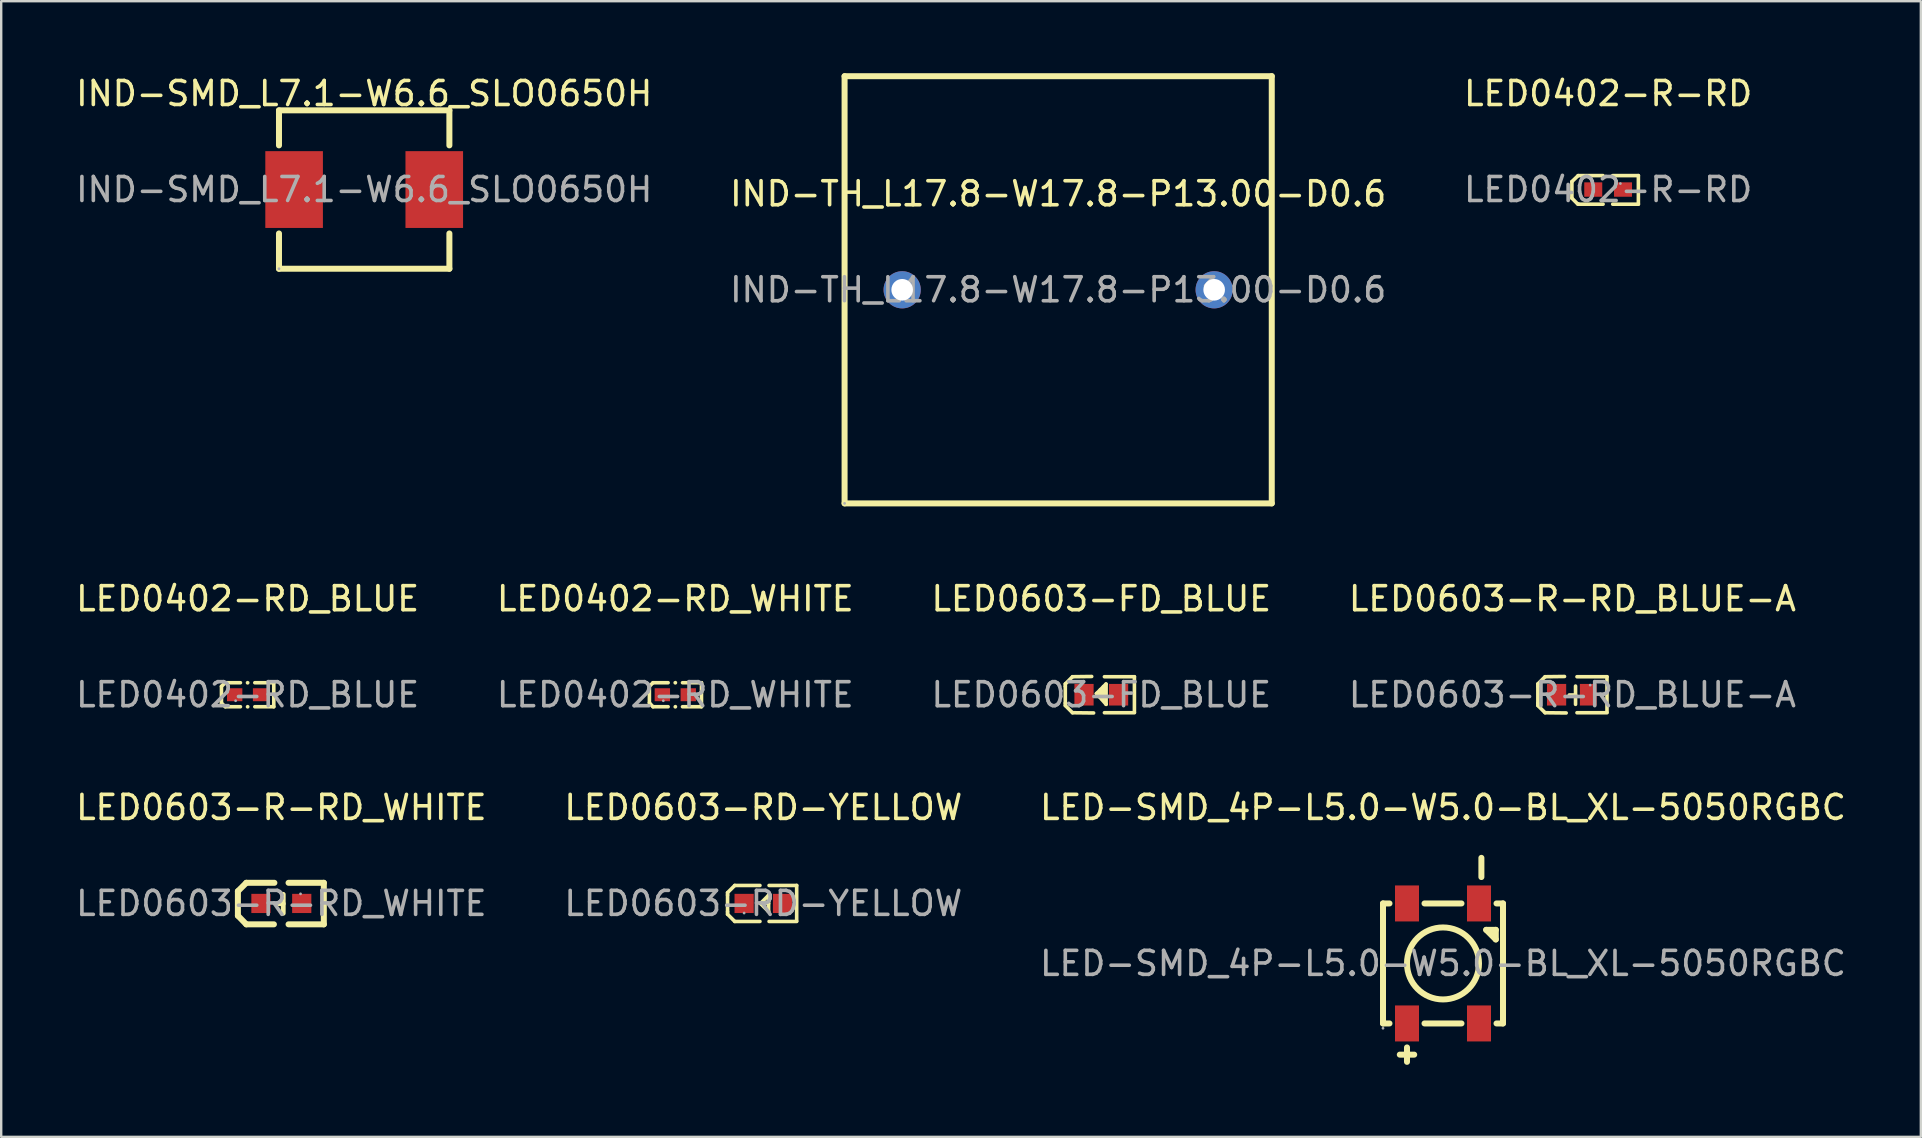
<source format=kicad_pcb>
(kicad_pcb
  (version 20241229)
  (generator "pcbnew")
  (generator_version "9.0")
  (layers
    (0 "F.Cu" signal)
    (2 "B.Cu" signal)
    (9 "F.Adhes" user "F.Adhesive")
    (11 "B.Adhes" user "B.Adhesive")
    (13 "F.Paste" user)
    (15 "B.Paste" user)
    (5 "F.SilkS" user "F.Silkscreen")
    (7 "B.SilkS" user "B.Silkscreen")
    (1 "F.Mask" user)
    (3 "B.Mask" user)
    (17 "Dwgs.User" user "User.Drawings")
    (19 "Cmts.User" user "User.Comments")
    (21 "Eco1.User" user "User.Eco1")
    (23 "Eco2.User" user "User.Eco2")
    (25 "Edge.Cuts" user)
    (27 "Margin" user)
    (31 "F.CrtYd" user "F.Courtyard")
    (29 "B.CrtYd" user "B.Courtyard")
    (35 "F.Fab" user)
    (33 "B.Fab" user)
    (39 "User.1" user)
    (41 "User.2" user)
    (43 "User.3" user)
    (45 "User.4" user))
  (footprint "LED0402-R-RD"
    (layer "F.Cu")
    (at 63.958 4.848)
    (property "Reference" "LED0402-R-RD" (at 0 -4 0) (layer "F.SilkS") (effects (font (size 1 1) (thickness 0.15))))
    (attr smd)
    (fp_line (start -1.51 -0.33) (end -1.25 -0.58) (stroke (width 0.15) (type solid)) (layer "F.SilkS"))
    (fp_line (start -1.51 0.36) (end -1.51 -0.33) (stroke (width 0.15) (type solid)) (layer "F.SilkS"))
    (fp_line (start -1.27 0.6) (end -1.51 0.36) (stroke (width 0.15) (type solid)) (layer "F.SilkS"))
    (fp_line (start -1.25 -0.58) (end -0.21 -0.58) (stroke (width 0.15) (type solid)) (layer "F.SilkS"))
    (fp_line (start -1.23 0.61) (end -1.27 0.6) (stroke (width 0.15) (type solid)) (layer "F.SilkS"))
    (fp_line (start -1.23 0.61) (end -0.21 0.61) (stroke (width 0.15) (type solid)) (layer "F.SilkS"))
    (fp_line (start 0.19 0.61) (end 1.26 0.61) (stroke (width 0.15) (type solid)) (layer "F.SilkS"))
    (fp_line (start 1.26 -0.58) (end 0.19 -0.58) (stroke (width 0.15) (type solid)) (layer "F.SilkS"))
    (fp_line (start 1.26 0.61) (end 1.26 -0.58) (stroke (width 0.15) (type solid)) (layer "F.SilkS"))
    (fp_circle (center 0.51 -0.25) (end 0.54 -0.25) (stroke (width 0.06) (type solid)) (fill no) (layer "F.Fab"))
    (fp_text user "${REFERENCE}" (at 0 0 0) (layer "F.Fab") (effects (font (size 1 1) (thickness 0.15))))
    (pad "1" smd rect (at 0.62 0) (size 0.75 0.6) (layers "F.Cu" "F.Mask" "F.Paste"))
    (pad "2" smd rect (at -0.62 0) (size 0.75 0.6) (layers "F.Cu" "F.Mask" "F.Paste")))
  (footprint "LED0402-RD_BLUE"
    (layer "F.Cu")
    (at 7.268 25.898)
    (property "Reference" "LED0402-RD_BLUE" (at 0 -4 0) (layer "F.SilkS") (effects (font (size 1 1) (thickness 0.15))))
    (attr smd)
    (fp_line (start -1.09 -0.35) (end -0.93 -0.5) (stroke (width 0.15) (type solid)) (layer "F.SilkS"))
    (fp_line (start -1.09 0.35) (end -1.09 -0.35) (stroke (width 0.15) (type solid)) (layer "F.SilkS"))
    (fp_line (start -0.93 -0.5) (end -0.3 -0.5) (stroke (width 0.15) (type solid)) (layer "F.SilkS"))
    (fp_line (start -0.93 0.5) (end -1.09 0.35) (stroke (width 0.15) (type solid)) (layer "F.SilkS"))
    (fp_line (start -0.3 0.5) (end -0.93 0.5) (stroke (width 0.15) (type solid)) (layer "F.SilkS"))
    (fp_line (start 0.3 0.5) (end 1.09 0.5) (stroke (width 0.15) (type solid)) (layer "F.SilkS"))
    (fp_line (start 1.09 -0.5) (end 0.3 -0.5) (stroke (width 0.15) (type solid)) (layer "F.SilkS"))
    (fp_line (start 1.09 0.5) (end 1.09 -0.5) (stroke (width 0.15) (type solid)) (layer "F.SilkS"))
    (fp_circle (center 0 -0.5) (end 0.04 -0.5) (stroke (width 0.08) (type solid)) (fill no) (layer "F.SilkS"))
    (fp_circle (center 0 0.5) (end 0.04 0.5) (stroke (width 0.08) (type solid)) (fill no) (layer "F.SilkS"))
    (fp_circle (center -0.5 0.25) (end -0.47 0.25) (stroke (width 0.06) (type solid)) (fill no) (layer "F.Fab"))
    (fp_text user "${REFERENCE}" (at 0 0 0) (layer "F.Fab") (effects (font (size 1 1) (thickness 0.15))))
    (pad "1" smd rect (at -0.54 0) (size 0.64 0.54) (layers "F.Cu" "F.Mask" "F.Paste"))
    (pad "2" smd rect (at 0.54 0) (size 0.64 0.54) (layers "F.Cu" "F.Mask" "F.Paste")))
  (footprint "LED0603-R-RD_WHITE"
    (layer "F.Cu")
    (at 8.673 34.595)
    (property "Reference" "LED0603-R-RD_WHITE" (at 0 -4 0) (layer "F.SilkS") (effects (font (size 1 1) (thickness 0.15))))
    (attr smd)
    (fp_line (start -1.81 -0.51) (end -1.46 -0.86) (stroke (width 0.25) (type solid)) (layer "F.SilkS"))
    (fp_line (start -1.81 0.51) (end -1.81 -0.51) (stroke (width 0.25) (type solid)) (layer "F.SilkS"))
    (fp_line (start -1.46 0.87) (end -1.81 0.51) (stroke (width 0.25) (type solid)) (layer "F.SilkS"))
    (fp_line (start -0.31 0.87) (end -1.46 0.87) (stroke (width 0.25) (type solid)) (layer "F.SilkS"))
    (fp_line (start -0.29 -0.86) (end -1.46 -0.86) (stroke (width 0.25) (type solid)) (layer "F.SilkS"))
    (fp_line (start 0.08 0.01) (end -0.1 0.01) (stroke (width 0.2) (type solid)) (layer "F.SilkS"))
    (fp_line (start 0.08 0.41) (end 0.08 -0.38) (stroke (width 0.2) (type solid)) (layer "F.SilkS"))
    (fp_line (start 1.77 -0.86) (end 0.3 -0.86) (stroke (width 0.25) (type solid)) (layer "F.SilkS"))
    (fp_line (start 1.77 0.87) (end 0.3 0.87) (stroke (width 0.25) (type solid)) (layer "F.SilkS"))
    (fp_line (start 1.77 0.87) (end 1.77 -0.86) (stroke (width 0.25) (type solid)) (layer "F.SilkS"))
    (fp_circle (center 0.8 -0.4) (end 0.83 -0.4) (stroke (width 0.06) (type solid)) (fill no) (layer "F.Fab"))
    (fp_text user "${REFERENCE}" (at 0 0 0) (layer "F.Fab") (effects (font (size 1 1) (thickness 0.15))))
    (pad "1" smd rect (at 0.85 0 90) (size 0.8 0.8) (layers "F.Cu" "F.Mask" "F.Paste"))
    (pad "2" smd rect (at -0.85 0 90) (size 0.8 0.8) (layers "F.Cu" "F.Mask" "F.Paste")))
  (footprint "LED-SMD_4P-L5.0-W5.0-BL_XL-5050RGBC"
    (layer "F.Cu")
    (at 57.077 37.095)
    (property "Reference" "LED-SMD_4P-L5.0-W5.0-BL_XL-5050RGBC" (at 0 -6.5 0) (layer "F.SilkS") (effects (font (size 1 1) (thickness 0.15))))
    (attr smd)
    (fp_line (start -2.5 -2.5) (end -2.23 -2.5) (stroke (width 0.25) (type solid)) (layer "F.SilkS"))
    (fp_line (start -2.5 2.5) (end -2.5 -2.5) (stroke (width 0.25) (type solid)) (layer "F.SilkS"))
    (fp_line (start -2.5 2.5) (end -2.23 2.5) (stroke (width 0.25) (type solid)) (layer "F.SilkS"))
    (fp_line (start -1.8 3.8) (end -1.2 3.8) (stroke (width 0.25) (type solid)) (layer "F.SilkS"))
    (fp_line (start -1.5 4.1) (end -1.5 3.5) (stroke (width 0.25) (type solid)) (layer "F.SilkS"))
    (fp_line (start -0.77 -2.5) (end 0.77 -2.5) (stroke (width 0.25) (type solid)) (layer "F.SilkS"))
    (fp_line (start -0.77 2.5) (end 0.77 2.5) (stroke (width 0.25) (type solid)) (layer "F.SilkS"))
    (fp_line (start 1.6 -4.4) (end 1.6 -3.6) (stroke (width 0.25) (type solid)) (layer "F.SilkS"))
    (fp_line (start 1.8 -1.4) (end 2.2 -1.4) (stroke (width 0.25) (type solid)) (layer "F.SilkS"))
    (fp_line (start 2.2 -1.4) (end 2.2 -1) (stroke (width 0.25) (type solid)) (layer "F.SilkS"))
    (fp_line (start 2.2 -1) (end 1.8 -1.4) (stroke (width 0.25) (type solid)) (layer "F.SilkS"))
    (fp_line (start 2.23 -2.5) (end 2.5 -2.5) (stroke (width 0.25) (type solid)) (layer "F.SilkS"))
    (fp_line (start 2.23 2.5) (end 2.5 2.5) (stroke (width 0.25) (type solid)) (layer "F.SilkS"))
    (fp_line (start 2.5 2.5) (end 2.5 -2.5) (stroke (width 0.25) (type solid)) (layer "F.SilkS"))
    (fp_circle (center 0 0) (end 1.5 0) (stroke (width 0.25) (type solid)) (fill no) (layer "F.SilkS"))
    (fp_circle (center -2.5 2.7) (end -2.47 2.7) (stroke (width 0.06) (type solid)) (fill no) (layer "F.Fab"))
    (fp_text user "${REFERENCE}" (at 0 0 0) (layer "F.Fab") (effects (font (size 1 1) (thickness 0.15))))
    (pad "1" smd rect (at -1.5 2.5 90) (size 1.5 1) (layers "F.Cu" "F.Mask" "F.Paste"))
    (pad "2" smd rect (at 1.5 2.5 90) (size 1.5 1) (layers "F.Cu" "F.Mask" "F.Paste"))
    (pad "3" smd rect (at 1.5 -2.5 90) (size 1.5 1) (layers "F.Cu" "F.Mask" "F.Paste"))
    (pad "4" smd rect (at -1.5 -2.5 90) (size 1.5 1) (layers "F.Cu" "F.Mask" "F.Paste")))
  (footprint "IND-SMD_L7.1-W6.6_SLO0650H"
    (layer "F.Cu")
    (at 12.125 4.848)
    (property "Reference" "IND-SMD_L7.1-W6.6_SLO0650H" (at 0 -4 0) (layer "F.SilkS") (effects (font (size 1 1) (thickness 0.15))))
    (attr smd)
    (fp_line (start -3.55 -3.3) (end 3.55 -3.3) (stroke (width 0.25) (type solid)) (layer "F.SilkS"))
    (fp_line (start -3.55 -1.84) (end -3.55 -3.3) (stroke (width 0.25) (type solid)) (layer "F.SilkS"))
    (fp_line (start -3.55 3.3) (end -3.55 1.83) (stroke (width 0.25) (type solid)) (layer "F.SilkS"))
    (fp_line (start -3.55 3.3) (end 3.55 3.3) (stroke (width 0.25) (type solid)) (layer "F.SilkS"))
    (fp_line (start 3.55 -1.84) (end 3.55 -3.3) (stroke (width 0.25) (type solid)) (layer "F.SilkS"))
    (fp_line (start 3.55 3.3) (end 3.55 1.83) (stroke (width 0.25) (type solid)) (layer "F.SilkS"))
    (fp_circle (center -3.55 3.3) (end -3.52 3.3) (stroke (width 0.06) (type solid)) (fill no) (layer "F.Fab"))
    (fp_text user "${REFERENCE}" (at 0 0 0) (layer "F.Fab") (effects (font (size 1 1) (thickness 0.15))))
    (pad "1" smd rect (at -2.92 0) (size 2.4 3.2) (layers "F.Cu" "F.Mask" "F.Paste"))
    (pad "2" smd rect (at 2.92 0) (size 2.4 3.2) (layers "F.Cu" "F.Mask" "F.Paste")))
  (footprint "LED0402-RD_WHITE"
    (layer "F.Cu")
    (at 25.089 25.898)
    (property "Reference" "LED0402-RD_WHITE" (at 0 -4 0) (layer "F.SilkS") (effects (font (size 1 1) (thickness 0.15))))
    (attr smd)
    (fp_line (start -1.08 -0.35) (end -0.93 -0.5) (stroke (width 0.15) (type solid)) (layer "F.SilkS"))
    (fp_line (start -1.08 0.34) (end -1.08 -0.35) (stroke (width 0.15) (type solid)) (layer "F.SilkS"))
    (fp_line (start -0.93 -0.5) (end -0.3 -0.5) (stroke (width 0.15) (type solid)) (layer "F.SilkS"))
    (fp_line (start -0.93 0.5) (end -1.08 0.34) (stroke (width 0.15) (type solid)) (layer "F.SilkS"))
    (fp_line (start -0.3 0.5) (end -0.93 0.5) (stroke (width 0.15) (type solid)) (layer "F.SilkS"))
    (fp_line (start 0.3 0.5) (end 1.09 0.5) (stroke (width 0.15) (type solid)) (layer "F.SilkS"))
    (fp_line (start 1.09 -0.5) (end 0.3 -0.5) (stroke (width 0.15) (type solid)) (layer "F.SilkS"))
    (fp_line (start 1.09 0.5) (end 1.09 -0.5) (stroke (width 0.15) (type solid)) (layer "F.SilkS"))
    (fp_circle (center 0 -0.5) (end 0.04 -0.5) (stroke (width 0.08) (type solid)) (fill no) (layer "F.SilkS"))
    (fp_circle (center 0 0.5) (end 0.04 0.5) (stroke (width 0.08) (type solid)) (fill no) (layer "F.SilkS"))
    (fp_circle (center -0.5 0.25) (end -0.47 0.25) (stroke (width 0.06) (type solid)) (fill no) (layer "F.Fab"))
    (fp_text user "${REFERENCE}" (at 0 0 0) (layer "F.Fab") (effects (font (size 1 1) (thickness 0.15))))
    (pad "1" smd rect (at -0.54 0) (size 0.64 0.54) (layers "F.Cu" "F.Mask" "F.Paste"))
    (pad "2" smd rect (at 0.54 0) (size 0.64 0.54) (layers "F.Cu" "F.Mask" "F.Paste")))
  (footprint "LED0603-RD-YELLOW"
    (layer "F.Cu")
    (at 28.756 34.595)
    (property "Reference" "LED0603-RD-YELLOW" (at 0 -4 0) (layer "F.SilkS") (effects (font (size 1 1) (thickness 0.15))))
    (attr smd)
    (fp_line (start -1.49 -0.45) (end -1.19 -0.75) (stroke (width 0.15) (type solid)) (layer "F.SilkS"))
    (fp_line (start -1.49 -0.35) (end -1.49 -0.45) (stroke (width 0.15) (type solid)) (layer "F.SilkS"))
    (fp_line (start -1.49 -0.35) (end -1.49 0.35) (stroke (width 0.15) (type solid)) (layer "F.SilkS"))
    (fp_line (start -1.49 0.35) (end -1.49 0.45) (stroke (width 0.15) (type solid)) (layer "F.SilkS"))
    (fp_line (start -1.49 0.45) (end -1.19 0.75) (stroke (width 0.15) (type solid)) (layer "F.SilkS"))
    (fp_line (start -0.14 -0.75) (end -1.19 -0.75) (stroke (width 0.15) (type solid)) (layer "F.SilkS"))
    (fp_line (start -0.14 0.75) (end -1.19 0.75) (stroke (width 0.15) (type solid)) (layer "F.SilkS"))
    (fp_line (start 0.21 0.33) (end -0.12 0) (stroke (width 0.15) (type solid)) (layer "F.SilkS"))
    (fp_line (start 0.22 -0.35) (end 0.22 -0.34) (stroke (width 0.15) (type solid)) (layer "F.SilkS"))
    (fp_line (start 0.22 -0.35) (end 0.22 0.33) (stroke (width 0.15) (type solid)) (layer "F.SilkS"))
    (fp_line (start 0.22 -0.34) (end -0.12 0) (stroke (width 0.15) (type solid)) (layer "F.SilkS"))
    (fp_line (start 0.22 0) (end -0.12 0) (stroke (width 0.15) (type solid)) (layer "F.SilkS"))
    (fp_line (start 0.22 0.33) (end 0.21 0.33) (stroke (width 0.15) (type solid)) (layer "F.SilkS"))
    (fp_line (start 0.24 -0.75) (end 1.39 -0.75) (stroke (width 0.15) (type solid)) (layer "F.SilkS"))
    (fp_line (start 0.24 0.75) (end 1.39 0.75) (stroke (width 0.15) (type solid)) (layer "F.SilkS"))
    (fp_line (start 1.39 -0.75) (end 1.39 0.73) (stroke (width 0.15) (type solid)) (layer "F.SilkS"))
    (fp_circle (center -0.8 0.4) (end -0.77 0.4) (stroke (width 0.06) (type solid)) (fill no) (layer "F.Fab"))
    (fp_text user "${REFERENCE}" (at 0 0 0) (layer "F.Fab") (effects (font (size 1 1) (thickness 0.15))))
    (pad "1" smd rect (at -0.8 0 90) (size 0.8 0.8) (layers "F.Cu" "F.Mask" "F.Paste"))
    (pad "2" smd rect (at 0.8 0 90) (size 0.8 0.8) (layers "F.Cu" "F.Mask" "F.Paste")))
  (footprint "IND-TH_L17.8-W17.8-P13.00-D0.6"
    (layer "F.Cu")
    (at 41.042 9.025)
    (property "Reference" "IND-TH_L17.8-W17.8-P13.00-D0.6" (at 0 -4 0) (layer "F.SilkS") (effects (font (size 1 1) (thickness 0.15))))
    (attr through_hole)
    (fp_line (start -8.9 -8.9) (end 8.9 -8.9) (stroke (width 0.25) (type solid)) (layer "F.SilkS"))
    (fp_line (start -8.9 8.9) (end -8.9 -8.9) (stroke (width 0.25) (type solid)) (layer "F.SilkS"))
    (fp_line (start 8.9 -8.9) (end 8.9 8.9) (stroke (width 0.25) (type solid)) (layer "F.SilkS"))
    (fp_line (start 8.9 8.9) (end -8.9 8.9) (stroke (width 0.25) (type solid)) (layer "F.SilkS"))
    (fp_circle (center -8.9 8.9) (end -8.87 8.9) (stroke (width 0.06) (type solid)) (fill no) (layer "F.Fab"))
    (fp_circle (center -6.5 0) (end -6.35 0) (stroke (width 0.3) (type solid)) (fill no) (layer "F.Fab"))
    (fp_circle (center 6.5 0) (end 6.65 0) (stroke (width 0.3) (type solid)) (fill no) (layer "F.Fab"))
    (fp_text user "${REFERENCE}" (at 0 0 0) (layer "F.Fab") (effects (font (size 1 1) (thickness 0.15))))
    (pad "1" thru_hole circle (at -6.5 0) (size 1.55 1.55) (drill 0.9) (layers "*.Cu" "*.Mask"))
    (pad "2" thru_hole circle (at 6.5 0) (size 1.55 1.55) (drill 0.9) (layers "*.Cu" "*.Mask")))
  (footprint "LED0603-R-RD_BLUE-A"
    (layer "F.Cu")
    (at 62.47 25.898)
    (property "Reference" "LED0603-R-RD_BLUE-A" (at 0 -4 0) (layer "F.SilkS") (effects (font (size 1 1) (thickness 0.15))))
    (attr smd)
    (fp_line (start -1.44 -0.45) (end -1.14 -0.75) (stroke (width 0.15) (type solid)) (layer "F.SilkS"))
    (fp_line (start -1.44 -0.35) (end -1.44 -0.45) (stroke (width 0.15) (type solid)) (layer "F.SilkS"))
    (fp_line (start -1.44 -0.35) (end -1.44 0.35) (stroke (width 0.15) (type solid)) (layer "F.SilkS"))
    (fp_line (start -1.44 0.35) (end -1.44 0.45) (stroke (width 0.15) (type solid)) (layer "F.SilkS"))
    (fp_line (start -1.44 0.45) (end -1.14 0.75) (stroke (width 0.15) (type solid)) (layer "F.SilkS"))
    (fp_line (start -0.33 -0.76) (end -1.14 -0.75) (stroke (width 0.15) (type solid)) (layer "F.SilkS"))
    (fp_line (start -0.26 0.76) (end -1.14 0.75) (stroke (width 0.15) (type solid)) (layer "F.SilkS"))
    (fp_line (start 0.13 0.01) (end -0.13 0.01) (stroke (width 0.15) (type solid)) (layer "F.SilkS"))
    (fp_line (start 0.13 0.4) (end 0.13 -0.36) (stroke (width 0.15) (type solid)) (layer "F.SilkS"))
    (fp_line (start 0.19 -0.75) (end 1.44 -0.75) (stroke (width 0.15) (type solid)) (layer "F.SilkS"))
    (fp_line (start 0.19 0.75) (end 1.44 0.75) (stroke (width 0.15) (type solid)) (layer "F.SilkS"))
    (fp_line (start 1.44 -0.75) (end 1.44 0.73) (stroke (width 0.15) (type solid)) (layer "F.SilkS"))
    (fp_circle (center 0.74 -0.4) (end 0.77 -0.4) (stroke (width 0.06) (type solid)) (fill no) (layer "F.Fab"))
    (fp_text user "${REFERENCE}" (at 0 0 0) (layer "F.Fab") (effects (font (size 1 1) (thickness 0.15))))
    (pad "1" smd rect (at 0.66 0) (size 0.7 0.9) (layers "F.Cu" "F.Mask" "F.Paste"))
    (pad "2" smd rect (at -0.66 0) (size 0.8 0.9) (layers "F.Cu" "F.Mask" "F.Paste")))
  (footprint "LED0603-FD_BLUE"
    (layer "F.Cu")
    (at 42.839 25.898)
    (property "Reference" "LED0603-FD_BLUE" (at 0 -4 0) (layer "F.SilkS") (effects (font (size 1 1) (thickness 0.15))))
    (attr smd)
    (fp_line (start -1.5 -0.45) (end -1.2 -0.75) (stroke (width 0.15) (type solid)) (layer "F.SilkS"))
    (fp_line (start -1.5 -0.35) (end -1.5 -0.45) (stroke (width 0.15) (type solid)) (layer "F.SilkS"))
    (fp_line (start -1.5 -0.35) (end -1.5 0.35) (stroke (width 0.15) (type solid)) (layer "F.SilkS"))
    (fp_line (start -1.5 0.35) (end -1.5 0.45) (stroke (width 0.15) (type solid)) (layer "F.SilkS"))
    (fp_line (start -1.5 0.45) (end -1.2 0.75) (stroke (width 0.15) (type solid)) (layer "F.SilkS"))
    (fp_line (start -0.4 -0.76) (end -1.2 -0.75) (stroke (width 0.15) (type solid)) (layer "F.SilkS"))
    (fp_line (start -0.32 0.76) (end -1.2 0.75) (stroke (width 0.15) (type solid)) (layer "F.SilkS"))
    (fp_line (start -0.2 -0.05) (end 0.2 0.4) (stroke (width 0.15) (type solid)) (layer "F.SilkS"))
    (fp_line (start -0.04 -0.21) (end -0.04 0.1) (stroke (width 0.15) (type solid)) (layer "F.SilkS"))
    (fp_line (start -0.04 0.1) (end -0.05 0.1) (stroke (width 0.15) (type solid)) (layer "F.SilkS"))
    (fp_line (start 0.09 -0.34) (end 0.09 0.15) (stroke (width 0.15) (type solid)) (layer "F.SilkS"))
    (fp_line (start 0.09 0.15) (end 0.04 0.19) (stroke (width 0.15) (type solid)) (layer "F.SilkS"))
    (fp_line (start 0.1 -0.05) (end -0.2 -0.05) (stroke (width 0.15) (type solid)) (layer "F.SilkS"))
    (fp_line (start 0.13 -0.75) (end 1.38 -0.75) (stroke (width 0.15) (type solid)) (layer "F.SilkS"))
    (fp_line (start 0.13 0.75) (end 1.38 0.75) (stroke (width 0.15) (type solid)) (layer "F.SilkS"))
    (fp_line (start 0.19 -0.44) (end -0.2 -0.05) (stroke (width 0.15) (type solid)) (layer "F.SilkS"))
    (fp_line (start 0.2 0.4) (end 0.2 -0.45) (stroke (width 0.15) (type solid)) (layer "F.SilkS"))
    (fp_line (start 1.38 -0.75) (end 1.38 0.73) (stroke (width 0.15) (type solid)) (layer "F.SilkS"))
    (fp_circle (center -0.8 0.4) (end -0.77 0.4) (stroke (width 0.06) (type solid)) (fill no) (layer "F.Fab"))
    (fp_text user "${REFERENCE}" (at 0 0 0) (layer "F.Fab") (effects (font (size 1 1) (thickness 0.15))))
    (pad "1" smd rect (at -0.72 0 180) (size 0.8 0.9) (layers "F.Cu" "F.Mask" "F.Paste"))
    (pad "2" smd rect (at 0.72 0 180) (size 0.8 0.9) (layers "F.Cu" "F.Mask" "F.Paste")))
  (gr_rect
    (start -3 -3)
    (end 76.988 44.32)
    (stroke (width 0.1) (type default))
    (fill no)
    (layer "Edge.Cuts")))
</source>
